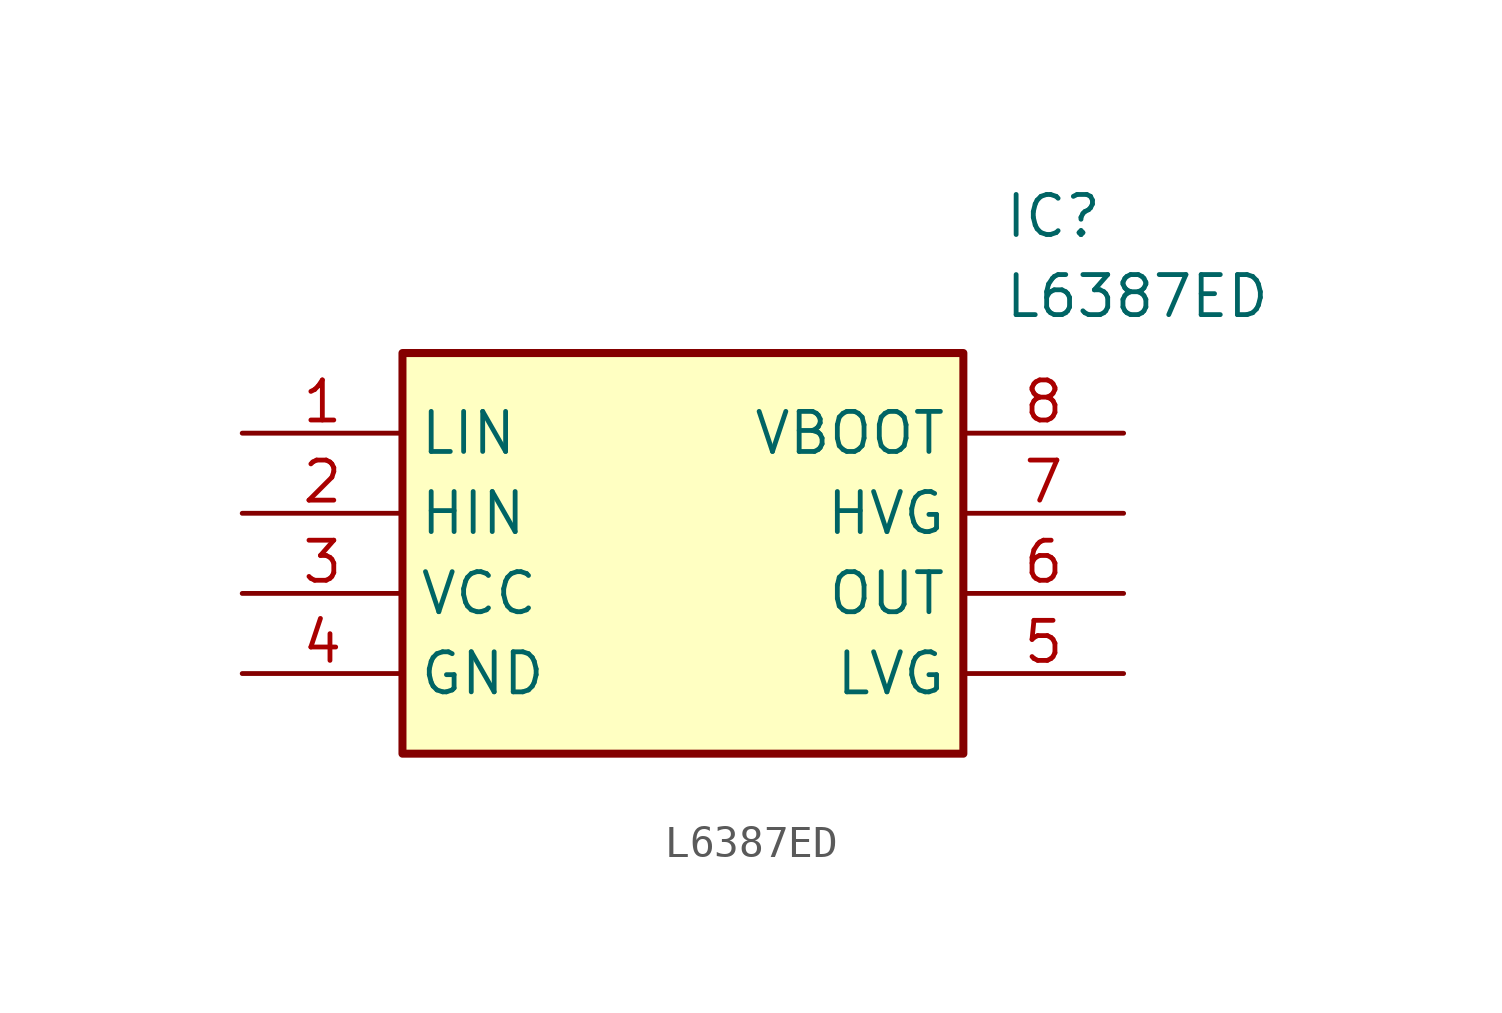
<source format=kicad_sym>
(kicad_symbol_lib
  (version 20241209)
  (generator "kicad_symbol_editor")
  (generator_version "9.0")
  (symbol "L6387ED"
    (property "Reference" "IC"
      (at 24.13 7.62 0)
      (effects (font (size 1.27 1.27)) (justify left top)))
    (property "Value" "L6387ED"
      (at 24.13 5.08 0)
      (effects (font (size 1.27 1.27)) (justify left top)))
    (symbol "L6387ED_1_1"
      (rectangle (start 5.08 2.54) (end 22.86 -10.16) (stroke (width 0.254) (type default)) (fill (type background)))
      (pin passive line (at 0 0 0) (length 5.08) (name "LIN" (effects (font (size 1.27 1.27)))) (number "1" (effects (font (size 1.27 1.27)))))
      (pin passive line (at 0 -2.54 0) (length 5.08) (name "HIN" (effects (font (size 1.27 1.27)))) (number "2" (effects (font (size 1.27 1.27)))))
      (pin passive line (at 0 -5.08 0) (length 5.08) (name "VCC" (effects (font (size 1.27 1.27)))) (number "3" (effects (font (size 1.27 1.27)))))
      (pin passive line (at 0 -7.62 0) (length 5.08) (name "GND" (effects (font (size 1.27 1.27)))) (number "4" (effects (font (size 1.27 1.27)))))
      (pin passive line (at 27.94 0 180) (length 5.08) (name "VBOOT" (effects (font (size 1.27 1.27)))) (number "8" (effects (font (size 1.27 1.27)))))
      (pin passive line (at 27.94 -2.54 180) (length 5.08) (name "HVG" (effects (font (size 1.27 1.27)))) (number "7" (effects (font (size 1.27 1.27)))))
      (pin passive line (at 27.94 -5.08 180) (length 5.08) (name "OUT" (effects (font (size 1.27 1.27)))) (number "6" (effects (font (size 1.27 1.27)))))
      (pin passive line (at 27.94 -7.62 180) (length 5.08) (name "LVG" (effects (font (size 1.27 1.27)))) (number "5" (effects (font (size 1.27 1.27))))))))
</source>
